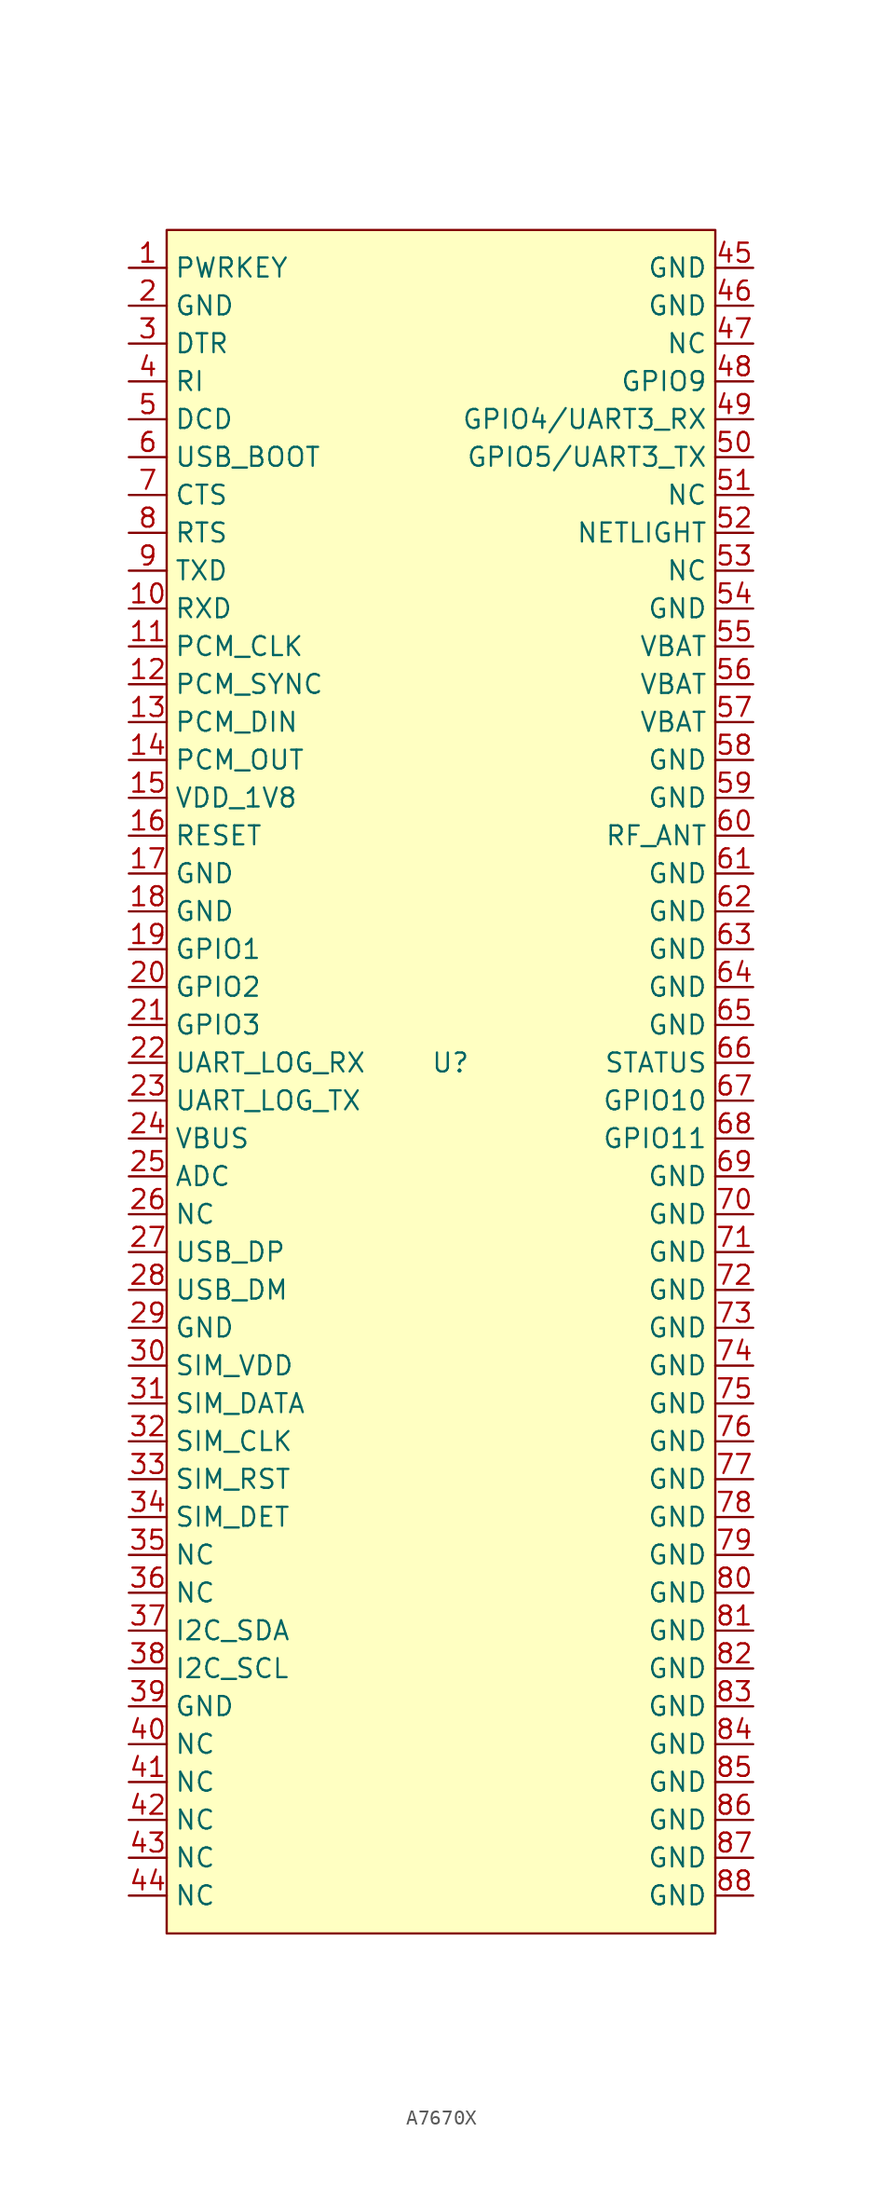
<source format=kicad_sym>
(kicad_symbol_lib
  (version 20220914)
  (generator kicad_symbol_editor)
  (symbol "A7670X"
    (property "Reference" "U"
      (at 0 0 0)
      (effects (font (size 1.27 1.27))))
    (property "Value" ""
      (at -1.27 34.29 0)
      (effects (font (size 1.27 1.27))))
    (symbol "A7670X_1_1"
      (rectangle (start -19.05 55.88) (end 17.78 -58.42) (stroke (width 0) (type default)) (fill (type background)))
      (pin bidirectional line (at -21.59 53.34 0) (length 2.54) (name "PWRKEY" (effects (font (size 1.27 1.27)))) (number "1" (effects (font (size 1.27 1.27)))))
      (pin bidirectional line (at -21.59 30.48 0) (length 2.54) (name "RXD" (effects (font (size 1.27 1.27)))) (number "10" (effects (font (size 1.27 1.27)))))
      (pin bidirectional line (at -21.59 27.94 0) (length 2.54) (name "PCM_CLK" (effects (font (size 1.27 1.27)))) (number "11" (effects (font (size 1.27 1.27)))))
      (pin bidirectional line (at -21.59 25.4 0) (length 2.54) (name "PCM_SYNC" (effects (font (size 1.27 1.27)))) (number "12" (effects (font (size 1.27 1.27)))))
      (pin bidirectional line (at -21.59 22.86 0) (length 2.54) (name "PCM_DIN" (effects (font (size 1.27 1.27)))) (number "13" (effects (font (size 1.27 1.27)))))
      (pin bidirectional line (at -21.59 20.32 0) (length 2.54) (name "PCM_OUT" (effects (font (size 1.27 1.27)))) (number "14" (effects (font (size 1.27 1.27)))))
      (pin bidirectional line (at -21.59 17.78 0) (length 2.54) (name "VDD_1V8" (effects (font (size 1.27 1.27)))) (number "15" (effects (font (size 1.27 1.27)))))
      (pin bidirectional line (at -21.59 15.24 0) (length 2.54) (name "RESET" (effects (font (size 1.27 1.27)))) (number "16" (effects (font (size 1.27 1.27)))))
      (pin bidirectional line (at -21.59 12.7 0) (length 2.54) (name "GND" (effects (font (size 1.27 1.27)))) (number "17" (effects (font (size 1.27 1.27)))))
      (pin bidirectional line (at -21.59 10.16 0) (length 2.54) (name "GND" (effects (font (size 1.27 1.27)))) (number "18" (effects (font (size 1.27 1.27)))))
      (pin bidirectional line (at -21.59 7.62 0) (length 2.54) (name "GPIO1" (effects (font (size 1.27 1.27)))) (number "19" (effects (font (size 1.27 1.27)))))
      (pin bidirectional line (at -21.59 50.8 0) (length 2.54) (name "GND" (effects (font (size 1.27 1.27)))) (number "2" (effects (font (size 1.27 1.27)))))
      (pin bidirectional line (at -21.59 5.08 0) (length 2.54) (name "GPIO2" (effects (font (size 1.27 1.27)))) (number "20" (effects (font (size 1.27 1.27)))))
      (pin bidirectional line (at -21.59 2.54 0) (length 2.54) (name "GPIO3" (effects (font (size 1.27 1.27)))) (number "21" (effects (font (size 1.27 1.27)))))
      (pin bidirectional line (at -21.59 0 0) (length 2.54) (name "UART_LOG_RX" (effects (font (size 1.27 1.27)))) (number "22" (effects (font (size 1.27 1.27)))))
      (pin bidirectional line (at -21.59 -2.54 0) (length 2.54) (name "UART_LOG_TX" (effects (font (size 1.27 1.27)))) (number "23" (effects (font (size 1.27 1.27)))))
      (pin bidirectional line (at -21.59 -5.08 0) (length 2.54) (name "VBUS" (effects (font (size 1.27 1.27)))) (number "24" (effects (font (size 1.27 1.27)))))
      (pin bidirectional line (at -21.59 -7.62 0) (length 2.54) (name "ADC" (effects (font (size 1.27 1.27)))) (number "25" (effects (font (size 1.27 1.27)))))
      (pin bidirectional line (at -21.59 -10.16 0) (length 2.54) (name "NC" (effects (font (size 1.27 1.27)))) (number "26" (effects (font (size 1.27 1.27)))))
      (pin bidirectional line (at -21.59 -12.7 0) (length 2.54) (name "USB_DP" (effects (font (size 1.27 1.27)))) (number "27" (effects (font (size 1.27 1.27)))))
      (pin bidirectional line (at -21.59 -15.24 0) (length 2.54) (name "USB_DM" (effects (font (size 1.27 1.27)))) (number "28" (effects (font (size 1.27 1.27)))))
      (pin bidirectional line (at -21.59 -17.78 0) (length 2.54) (name "GND" (effects (font (size 1.27 1.27)))) (number "29" (effects (font (size 1.27 1.27)))))
      (pin bidirectional line (at -21.59 48.26 0) (length 2.54) (name "DTR" (effects (font (size 1.27 1.27)))) (number "3" (effects (font (size 1.27 1.27)))))
      (pin bidirectional line (at -21.59 -20.32 0) (length 2.54) (name "SIM_VDD" (effects (font (size 1.27 1.27)))) (number "30" (effects (font (size 1.27 1.27)))))
      (pin bidirectional line (at -21.59 -22.86 0) (length 2.54) (name "SIM_DATA" (effects (font (size 1.27 1.27)))) (number "31" (effects (font (size 1.27 1.27)))))
      (pin bidirectional line (at -21.59 -25.4 0) (length 2.54) (name "SIM_CLK" (effects (font (size 1.27 1.27)))) (number "32" (effects (font (size 1.27 1.27)))))
      (pin bidirectional line (at -21.59 -27.94 0) (length 2.54) (name "SIM_RST" (effects (font (size 1.27 1.27)))) (number "33" (effects (font (size 1.27 1.27)))))
      (pin bidirectional line (at -21.59 -30.48 0) (length 2.54) (name "SIM_DET" (effects (font (size 1.27 1.27)))) (number "34" (effects (font (size 1.27 1.27)))))
      (pin bidirectional line (at -21.59 -33.02 0) (length 2.54) (name "NC" (effects (font (size 1.27 1.27)))) (number "35" (effects (font (size 1.27 1.27)))))
      (pin bidirectional line (at -21.59 -35.56 0) (length 2.54) (name "NC" (effects (font (size 1.27 1.27)))) (number "36" (effects (font (size 1.27 1.27)))))
      (pin bidirectional line (at -21.59 -38.1 0) (length 2.54) (name "I2C_SDA" (effects (font (size 1.27 1.27)))) (number "37" (effects (font (size 1.27 1.27)))))
      (pin bidirectional line (at -21.59 -40.64 0) (length 2.54) (name "I2C_SCL" (effects (font (size 1.27 1.27)))) (number "38" (effects (font (size 1.27 1.27)))))
      (pin bidirectional line (at -21.59 -43.18 0) (length 2.54) (name "GND" (effects (font (size 1.27 1.27)))) (number "39" (effects (font (size 1.27 1.27)))))
      (pin bidirectional line (at -21.59 45.72 0) (length 2.54) (name "RI" (effects (font (size 1.27 1.27)))) (number "4" (effects (font (size 1.27 1.27)))))
      (pin bidirectional line (at -21.59 -45.72 0) (length 2.54) (name "NC" (effects (font (size 1.27 1.27)))) (number "40" (effects (font (size 1.27 1.27)))))
      (pin bidirectional line (at -21.59 -48.26 0) (length 2.54) (name "NC" (effects (font (size 1.27 1.27)))) (number "41" (effects (font (size 1.27 1.27)))))
      (pin bidirectional line (at -21.59 -50.8 0) (length 2.54) (name "NC" (effects (font (size 1.27 1.27)))) (number "42" (effects (font (size 1.27 1.27)))))
      (pin bidirectional line (at -21.59 -53.34 0) (length 2.54) (name "NC" (effects (font (size 1.27 1.27)))) (number "43" (effects (font (size 1.27 1.27)))))
      (pin bidirectional line (at -21.59 -55.88 0) (length 2.54) (name "NC" (effects (font (size 1.27 1.27)))) (number "44" (effects (font (size 1.27 1.27)))))
      (pin bidirectional line (at 20.32 53.34 180) (length 2.54) (name "GND" (effects (font (size 1.27 1.27)))) (number "45" (effects (font (size 1.27 1.27)))))
      (pin bidirectional line (at 20.32 50.8 180) (length 2.54) (name "GND" (effects (font (size 1.27 1.27)))) (number "46" (effects (font (size 1.27 1.27)))))
      (pin bidirectional line (at 20.32 48.26 180) (length 2.54) (name "NC" (effects (font (size 1.27 1.27)))) (number "47" (effects (font (size 1.27 1.27)))))
      (pin bidirectional line (at 20.32 45.72 180) (length 2.54) (name "GPIO9" (effects (font (size 1.27 1.27)))) (number "48" (effects (font (size 1.27 1.27)))))
      (pin bidirectional line (at 20.32 43.18 180) (length 2.54) (name "GPIO4/UART3_RX" (effects (font (size 1.27 1.27)))) (number "49" (effects (font (size 1.27 1.27)))))
      (pin bidirectional line (at -21.59 43.18 0) (length 2.54) (name "DCD" (effects (font (size 1.27 1.27)))) (number "5" (effects (font (size 1.27 1.27)))))
      (pin bidirectional line (at 20.32 40.64 180) (length 2.54) (name "GPIO5/UART3_TX" (effects (font (size 1.27 1.27)))) (number "50" (effects (font (size 1.27 1.27)))))
      (pin bidirectional line (at 20.32 38.1 180) (length 2.54) (name "NC" (effects (font (size 1.27 1.27)))) (number "51" (effects (font (size 1.27 1.27)))))
      (pin bidirectional line (at 20.32 35.56 180) (length 2.54) (name "NETLIGHT" (effects (font (size 1.27 1.27)))) (number "52" (effects (font (size 1.27 1.27)))))
      (pin bidirectional line (at 20.32 33.02 180) (length 2.54) (name "NC" (effects (font (size 1.27 1.27)))) (number "53" (effects (font (size 1.27 1.27)))))
      (pin bidirectional line (at 20.32 30.48 180) (length 2.54) (name "GND" (effects (font (size 1.27 1.27)))) (number "54" (effects (font (size 1.27 1.27)))))
      (pin bidirectional line (at 20.32 27.94 180) (length 2.54) (name "VBAT" (effects (font (size 1.27 1.27)))) (number "55" (effects (font (size 1.27 1.27)))))
      (pin bidirectional line (at 20.32 25.4 180) (length 2.54) (name "VBAT" (effects (font (size 1.27 1.27)))) (number "56" (effects (font (size 1.27 1.27)))))
      (pin bidirectional line (at 20.32 22.86 180) (length 2.54) (name "VBAT" (effects (font (size 1.27 1.27)))) (number "57" (effects (font (size 1.27 1.27)))))
      (pin bidirectional line (at 20.32 20.32 180) (length 2.54) (name "GND" (effects (font (size 1.27 1.27)))) (number "58" (effects (font (size 1.27 1.27)))))
      (pin bidirectional line (at 20.32 17.78 180) (length 2.54) (name "GND" (effects (font (size 1.27 1.27)))) (number "59" (effects (font (size 1.27 1.27)))))
      (pin bidirectional line (at -21.59 40.64 0) (length 2.54) (name "USB_BOOT" (effects (font (size 1.27 1.27)))) (number "6" (effects (font (size 1.27 1.27)))))
      (pin bidirectional line (at 20.32 15.24 180) (length 2.54) (name "RF_ANT" (effects (font (size 1.27 1.27)))) (number "60" (effects (font (size 1.27 1.27)))))
      (pin bidirectional line (at 20.32 12.7 180) (length 2.54) (name "GND" (effects (font (size 1.27 1.27)))) (number "61" (effects (font (size 1.27 1.27)))))
      (pin bidirectional line (at 20.32 10.16 180) (length 2.54) (name "GND" (effects (font (size 1.27 1.27)))) (number "62" (effects (font (size 1.27 1.27)))))
      (pin bidirectional line (at 20.32 7.62 180) (length 2.54) (name "GND" (effects (font (size 1.27 1.27)))) (number "63" (effects (font (size 1.27 1.27)))))
      (pin bidirectional line (at 20.32 5.08 180) (length 2.54) (name "GND" (effects (font (size 1.27 1.27)))) (number "64" (effects (font (size 1.27 1.27)))))
      (pin bidirectional line (at 20.32 2.54 180) (length 2.54) (name "GND" (effects (font (size 1.27 1.27)))) (number "65" (effects (font (size 1.27 1.27)))))
      (pin bidirectional line (at 20.32 0 180) (length 2.54) (name "STATUS" (effects (font (size 1.27 1.27)))) (number "66" (effects (font (size 1.27 1.27)))))
      (pin bidirectional line (at 20.32 -2.54 180) (length 2.54) (name "GPIO10" (effects (font (size 1.27 1.27)))) (number "67" (effects (font (size 1.27 1.27)))))
      (pin bidirectional line (at 20.32 -5.08 180) (length 2.54) (name "GPIO11" (effects (font (size 1.27 1.27)))) (number "68" (effects (font (size 1.27 1.27)))))
      (pin bidirectional line (at 20.32 -7.62 180) (length 2.54) (name "GND" (effects (font (size 1.27 1.27)))) (number "69" (effects (font (size 1.27 1.27)))))
      (pin bidirectional line (at -21.59 38.1 0) (length 2.54) (name "CTS" (effects (font (size 1.27 1.27)))) (number "7" (effects (font (size 1.27 1.27)))))
      (pin bidirectional line (at 20.32 -10.16 180) (length 2.54) (name "GND" (effects (font (size 1.27 1.27)))) (number "70" (effects (font (size 1.27 1.27)))))
      (pin bidirectional line (at 20.32 -12.7 180) (length 2.54) (name "GND" (effects (font (size 1.27 1.27)))) (number "71" (effects (font (size 1.27 1.27)))))
      (pin bidirectional line (at 20.32 -15.24 180) (length 2.54) (name "GND" (effects (font (size 1.27 1.27)))) (number "72" (effects (font (size 1.27 1.27)))))
      (pin bidirectional line (at 20.32 -17.78 180) (length 2.54) (name "GND" (effects (font (size 1.27 1.27)))) (number "73" (effects (font (size 1.27 1.27)))))
      (pin bidirectional line (at 20.32 -20.32 180) (length 2.54) (name "GND" (effects (font (size 1.27 1.27)))) (number "74" (effects (font (size 1.27 1.27)))))
      (pin bidirectional line (at 20.32 -22.86 180) (length 2.54) (name "GND" (effects (font (size 1.27 1.27)))) (number "75" (effects (font (size 1.27 1.27)))))
      (pin bidirectional line (at 20.32 -25.4 180) (length 2.54) (name "GND" (effects (font (size 1.27 1.27)))) (number "76" (effects (font (size 1.27 1.27)))))
      (pin bidirectional line (at 20.32 -27.94 180) (length 2.54) (name "GND" (effects (font (size 1.27 1.27)))) (number "77" (effects (font (size 1.27 1.27)))))
      (pin bidirectional line (at 20.32 -30.48 180) (length 2.54) (name "GND" (effects (font (size 1.27 1.27)))) (number "78" (effects (font (size 1.27 1.27)))))
      (pin bidirectional line (at 20.32 -33.02 180) (length 2.54) (name "GND" (effects (font (size 1.27 1.27)))) (number "79" (effects (font (size 1.27 1.27)))))
      (pin bidirectional line (at -21.59 35.56 0) (length 2.54) (name "RTS" (effects (font (size 1.27 1.27)))) (number "8" (effects (font (size 1.27 1.27)))))
      (pin bidirectional line (at 20.32 -35.56 180) (length 2.54) (name "GND" (effects (font (size 1.27 1.27)))) (number "80" (effects (font (size 1.27 1.27)))))
      (pin bidirectional line (at 20.32 -38.1 180) (length 2.54) (name "GND" (effects (font (size 1.27 1.27)))) (number "81" (effects (font (size 1.27 1.27)))))
      (pin bidirectional line (at 20.32 -40.64 180) (length 2.54) (name "GND" (effects (font (size 1.27 1.27)))) (number "82" (effects (font (size 1.27 1.27)))))
      (pin bidirectional line (at 20.32 -43.18 180) (length 2.54) (name "GND" (effects (font (size 1.27 1.27)))) (number "83" (effects (font (size 1.27 1.27)))))
      (pin bidirectional line (at 20.32 -45.72 180) (length 2.54) (name "GND" (effects (font (size 1.27 1.27)))) (number "84" (effects (font (size 1.27 1.27)))))
      (pin bidirectional line (at 20.32 -48.26 180) (length 2.54) (name "GND" (effects (font (size 1.27 1.27)))) (number "85" (effects (font (size 1.27 1.27)))))
      (pin bidirectional line (at 20.32 -50.8 180) (length 2.54) (name "GND" (effects (font (size 1.27 1.27)))) (number "86" (effects (font (size 1.27 1.27)))))
      (pin bidirectional line (at 20.32 -53.34 180) (length 2.54) (name "GND" (effects (font (size 1.27 1.27)))) (number "87" (effects (font (size 1.27 1.27)))))
      (pin bidirectional line (at 20.32 -55.88 180) (length 2.54) (name "GND" (effects (font (size 1.27 1.27)))) (number "88" (effects (font (size 1.27 1.27)))))
      (pin bidirectional line (at -21.59 33.02 0) (length 2.54) (name "TXD" (effects (font (size 1.27 1.27)))) (number "9" (effects (font (size 1.27 1.27))))))))
</source>
